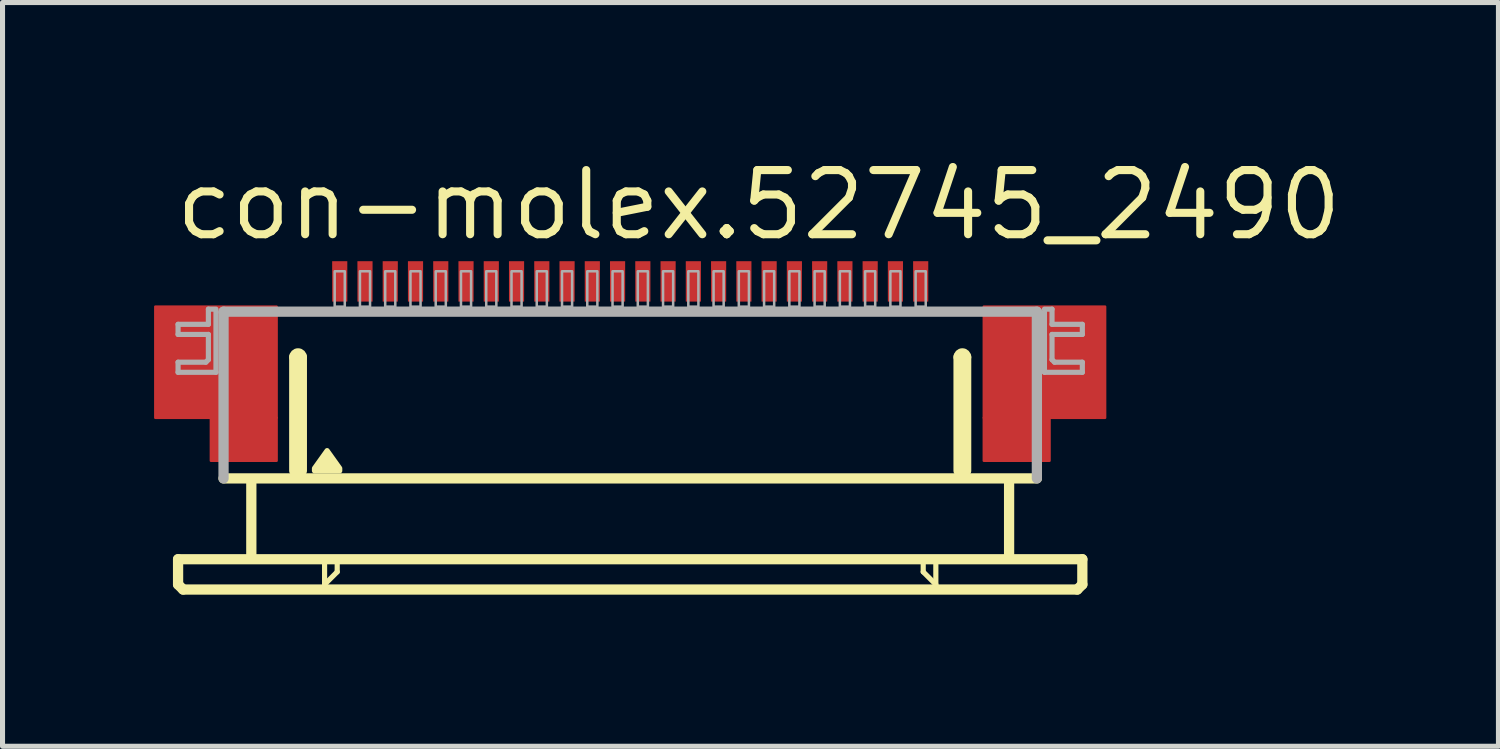
<source format=kicad_pcb>
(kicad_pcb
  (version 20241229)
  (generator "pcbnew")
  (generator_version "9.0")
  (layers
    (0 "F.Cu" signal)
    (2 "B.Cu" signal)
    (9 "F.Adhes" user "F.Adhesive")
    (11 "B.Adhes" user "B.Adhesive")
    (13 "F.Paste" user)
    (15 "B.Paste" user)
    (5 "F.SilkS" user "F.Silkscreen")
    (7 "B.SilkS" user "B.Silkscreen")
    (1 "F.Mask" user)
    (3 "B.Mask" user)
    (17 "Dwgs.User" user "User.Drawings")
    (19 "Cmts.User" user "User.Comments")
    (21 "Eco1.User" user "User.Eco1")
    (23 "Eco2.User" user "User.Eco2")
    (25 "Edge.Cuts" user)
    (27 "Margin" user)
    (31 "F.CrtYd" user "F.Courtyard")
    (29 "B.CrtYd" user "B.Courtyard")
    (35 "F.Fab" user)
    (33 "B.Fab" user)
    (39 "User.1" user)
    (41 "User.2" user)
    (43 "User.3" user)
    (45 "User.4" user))
  (footprint "con-molex.52745_2490"
    (layer "F.Cu")
    (at 9.425 5.02)
    (property "Reference" "con-molex.52745_2490" (at -9.08 -3.27 0) (layer "F.SilkS") (effects (font (size 1.27 1.27) (thickness 0.16)) (justify left bottom)))
    (attr smd)
    (fp_rect (start -9.4 0.2) (end -7 -2) (stroke (width 0.05) (type default)) (fill yes) (layer "F.Cu"))
    (fp_rect (start -8.3 1.05) (end -7 0.2) (stroke (width 0.05) (type default)) (fill yes) (layer "F.Cu"))
    (fp_rect (start 7 0.2) (end 9.4 -2) (stroke (width 0.05) (type default)) (fill yes) (layer "F.Cu"))
    (fp_rect (start 7 1.05) (end 8.3 0.2) (stroke (width 0.05) (type default)) (fill yes) (layer "F.Cu"))
    (fp_rect (start -9.4 0.2) (end -8.25 -2) (stroke (width 0.05) (type default)) (fill yes) (layer "F.Mask"))
    (fp_rect (start -8.3 1.05) (end -7 -2) (stroke (width 0.05) (type default)) (fill yes) (layer "F.Mask"))
    (fp_rect (start 7 1.05) (end 8.3 -2) (stroke (width 0.05) (type default)) (fill yes) (layer "F.Mask"))
    (fp_rect (start 8.25 0.2) (end 9.4 -2) (stroke (width 0.05) (type default)) (fill yes) (layer "F.Mask"))
    (fp_line (start -8.95 3) (end -8.95 3.5) (stroke (width 0.203) (type default)) (layer "F.SilkS"))
    (fp_line (start -8.95 3.5) (end -8.85 3.6) (stroke (width 0.203) (type default)) (layer "F.SilkS"))
    (fp_line (start -8.85 3.6) (end 8.85 3.6) (stroke (width 0.203) (type default)) (layer "F.SilkS"))
    (fp_line (start -7.5 1.5) (end -7.5 2.9) (stroke (width 0.203) (type default)) (layer "F.SilkS"))
    (fp_line (start -6.65 1.25) (end -6.65 -1) (stroke (width 0.203) (type default)) (layer "F.SilkS"))
    (fp_line (start -6.5 -1) (end -6.5 1.25) (stroke (width 0.203) (type default)) (layer "F.SilkS"))
    (fp_line (start -6.05 3.1) (end -6.05 3.5) (stroke (width 0.102) (type default)) (layer "F.SilkS"))
    (fp_line (start -6.05 3.5) (end -5.8 3.25) (stroke (width 0.102) (type default)) (layer "F.SilkS"))
    (fp_line (start -5.8 3.25) (end -5.8 3.1) (stroke (width 0.102) (type default)) (layer "F.SilkS"))
    (fp_line (start 5.8 3.1) (end 5.8 3.25) (stroke (width 0.102) (type default)) (layer "F.SilkS"))
    (fp_line (start 5.8 3.25) (end 6.05 3.5) (stroke (width 0.102) (type default)) (layer "F.SilkS"))
    (fp_line (start 6.05 3.5) (end 6.05 3.1) (stroke (width 0.102) (type default)) (layer "F.SilkS"))
    (fp_line (start 6.5 1.25) (end 6.5 -1) (stroke (width 0.203) (type default)) (layer "F.SilkS"))
    (fp_line (start 6.65 -1) (end 6.65 1.25) (stroke (width 0.203) (type default)) (layer "F.SilkS"))
    (fp_line (start 7.5 1.5) (end 7.5 2.9) (stroke (width 0.203) (type default)) (layer "F.SilkS"))
    (fp_line (start 8.05 1.4) (end -8.05 1.4) (stroke (width 0.203) (type default)) (layer "F.SilkS"))
    (fp_line (start 8.85 3.6) (end 8.95 3.5) (stroke (width 0.203) (type default)) (layer "F.SilkS"))
    (fp_line (start 8.95 3) (end -8.95 3) (stroke (width 0.203) (type default)) (layer "F.SilkS"))
    (fp_line (start 8.95 3.5) (end 8.95 3) (stroke (width 0.203) (type default)) (layer "F.SilkS"))
    (fp_arc (start -6.65 -1) (mid -6.575 -1.075) (end -6.5 -1) (stroke (width 0.2032) (type default)) (layer "F.SilkS"))
    (fp_arc (start 6.5 -1) (mid 6.575 -1.075) (end 6.65 -1) (stroke (width 0.2032) (type default)) (layer "F.SilkS"))
    (fp_poly (pts (xy -6.25 1.25) (xy -6.25 1.2) (xy -6 0.85) (xy -5.75 1.2) (xy -5.75 1.25)) (stroke (width 0.102) (type default)) (fill yes) (layer "F.SilkS"))
    (fp_rect (start -9.2 0.05) (end -7.2 -1.85) (stroke (width 0.05) (type default)) (fill yes) (layer "F.Paste"))
    (fp_rect (start 7.2 0.05) (end 9.2 -1.85) (stroke (width 0.05) (type default)) (fill yes) (layer "F.Paste"))
    (fp_line (start -8.95 -1.65) (end -8.95 -1.45) (stroke (width 0.102) (type default)) (layer "F.Fab"))
    (fp_line (start -8.95 -1.45) (end -8.35 -1.45) (stroke (width 0.102) (type default)) (layer "F.Fab"))
    (fp_line (start -8.95 -0.9) (end -8.95 -0.7) (stroke (width 0.102) (type default)) (layer "F.Fab"))
    (fp_line (start -8.95 -0.7) (end -8.2 -0.7) (stroke (width 0.102) (type default)) (layer "F.Fab"))
    (fp_line (start -8.4 -0.9) (end -8.95 -0.9) (stroke (width 0.102) (type default)) (layer "F.Fab"))
    (fp_line (start -8.35 -1.95) (end -8.35 -1.65) (stroke (width 0.102) (type default)) (layer "F.Fab"))
    (fp_line (start -8.35 -1.65) (end -8.95 -1.65) (stroke (width 0.102) (type default)) (layer "F.Fab"))
    (fp_line (start -8.35 -1.45) (end -8.35 -0.95) (stroke (width 0.102) (type default)) (layer "F.Fab"))
    (fp_line (start -8.35 -0.95) (end -8.4 -0.9) (stroke (width 0.102) (type default)) (layer "F.Fab"))
    (fp_line (start -8.2 -1.95) (end -8.35 -1.95) (stroke (width 0.102) (type default)) (layer "F.Fab"))
    (fp_line (start -8.2 -0.7) (end -8.2 -1.9) (stroke (width 0.102) (type default)) (layer "F.Fab"))
    (fp_line (start -8.05 -1.9) (end 8.05 -1.9) (stroke (width 0.203) (type default)) (layer "F.Fab"))
    (fp_line (start -8.05 1.4) (end -8.05 -1.9) (stroke (width 0.203) (type default)) (layer "F.Fab"))
    (fp_line (start 8.05 -1.9) (end 8.05 1.4) (stroke (width 0.203) (type default)) (layer "F.Fab"))
    (fp_line (start 8.2 -1.95) (end 8.35 -1.95) (stroke (width 0.102) (type default)) (layer "F.Fab"))
    (fp_line (start 8.2 -0.7) (end 8.2 -1.9) (stroke (width 0.102) (type default)) (layer "F.Fab"))
    (fp_line (start 8.35 -1.95) (end 8.35 -1.65) (stroke (width 0.102) (type default)) (layer "F.Fab"))
    (fp_line (start 8.35 -1.65) (end 8.95 -1.65) (stroke (width 0.102) (type default)) (layer "F.Fab"))
    (fp_line (start 8.35 -1.45) (end 8.35 -0.95) (stroke (width 0.102) (type default)) (layer "F.Fab"))
    (fp_line (start 8.35 -0.95) (end 8.4 -0.9) (stroke (width 0.102) (type default)) (layer "F.Fab"))
    (fp_line (start 8.4 -0.9) (end 8.95 -0.9) (stroke (width 0.102) (type default)) (layer "F.Fab"))
    (fp_line (start 8.95 -1.65) (end 8.95 -1.45) (stroke (width 0.102) (type default)) (layer "F.Fab"))
    (fp_line (start 8.95 -1.45) (end 8.35 -1.45) (stroke (width 0.102) (type default)) (layer "F.Fab"))
    (fp_line (start 8.95 -0.9) (end 8.95 -0.7) (stroke (width 0.102) (type default)) (layer "F.Fab"))
    (fp_line (start 8.95 -0.7) (end 8.2 -0.7) (stroke (width 0.102) (type default)) (layer "F.Fab"))
    (fp_rect (start -5.85 -2) (end -5.65 -2.7) (stroke (width 0.05) (type default)) (fill no) (layer "F.Fab"))
    (fp_rect (start -5.35 -2) (end -5.15 -2.7) (stroke (width 0.05) (type default)) (fill no) (layer "F.Fab"))
    (fp_rect (start -4.85 -2) (end -4.65 -2.7) (stroke (width 0.05) (type default)) (fill no) (layer "F.Fab"))
    (fp_rect (start -4.35 -2) (end -4.15 -2.7) (stroke (width 0.05) (type default)) (fill no) (layer "F.Fab"))
    (fp_rect (start -3.85 -2) (end -3.65 -2.7) (stroke (width 0.05) (type default)) (fill no) (layer "F.Fab"))
    (fp_rect (start -3.35 -2) (end -3.15 -2.7) (stroke (width 0.05) (type default)) (fill no) (layer "F.Fab"))
    (fp_rect (start -2.85 -2) (end -2.65 -2.7) (stroke (width 0.05) (type default)) (fill no) (layer "F.Fab"))
    (fp_rect (start -2.35 -2) (end -2.15 -2.7) (stroke (width 0.05) (type default)) (fill no) (layer "F.Fab"))
    (fp_rect (start -1.85 -2) (end -1.65 -2.7) (stroke (width 0.05) (type default)) (fill no) (layer "F.Fab"))
    (fp_rect (start -1.35 -2) (end -1.15 -2.7) (stroke (width 0.05) (type default)) (fill no) (layer "F.Fab"))
    (fp_rect (start -0.85 -2) (end -0.65 -2.7) (stroke (width 0.05) (type default)) (fill no) (layer "F.Fab"))
    (fp_rect (start -0.35 -2) (end -0.15 -2.7) (stroke (width 0.05) (type default)) (fill no) (layer "F.Fab"))
    (fp_rect (start 0.15 -2) (end 0.35 -2.7) (stroke (width 0.05) (type default)) (fill no) (layer "F.Fab"))
    (fp_rect (start 0.65 -2) (end 0.85 -2.7) (stroke (width 0.05) (type default)) (fill no) (layer "F.Fab"))
    (fp_rect (start 1.15 -2) (end 1.35 -2.7) (stroke (width 0.05) (type default)) (fill no) (layer "F.Fab"))
    (fp_rect (start 1.65 -2) (end 1.85 -2.7) (stroke (width 0.05) (type default)) (fill no) (layer "F.Fab"))
    (fp_rect (start 2.15 -2) (end 2.35 -2.7) (stroke (width 0.05) (type default)) (fill no) (layer "F.Fab"))
    (fp_rect (start 2.65 -2) (end 2.85 -2.7) (stroke (width 0.05) (type default)) (fill no) (layer "F.Fab"))
    (fp_rect (start 3.15 -2) (end 3.35 -2.7) (stroke (width 0.05) (type default)) (fill no) (layer "F.Fab"))
    (fp_rect (start 3.65 -2) (end 3.85 -2.7) (stroke (width 0.05) (type default)) (fill no) (layer "F.Fab"))
    (fp_rect (start 4.15 -2) (end 4.35 -2.7) (stroke (width 0.05) (type default)) (fill no) (layer "F.Fab"))
    (fp_rect (start 4.65 -2) (end 4.85 -2.7) (stroke (width 0.05) (type default)) (fill no) (layer "F.Fab"))
    (fp_rect (start 5.15 -2) (end 5.35 -2.7) (stroke (width 0.05) (type default)) (fill no) (layer "F.Fab"))
    (fp_rect (start 5.65 -2) (end 5.85 -2.7) (stroke (width 0.05) (type default)) (fill no) (layer "F.Fab"))
    (pad "1" smd roundrect (at -5.75 -2.5) (size 0.3 0.8) (layers "F.Cu" "F.Mask" "F.Paste") (roundrect_rratio 0.01))
    (pad "2" smd roundrect (at -5.25 -2.5) (size 0.3 0.8) (layers "F.Cu" "F.Mask" "F.Paste") (roundrect_rratio 0.01))
    (pad "3" smd roundrect (at -4.75 -2.5) (size 0.3 0.8) (layers "F.Cu" "F.Mask" "F.Paste") (roundrect_rratio 0.01))
    (pad "4" smd roundrect (at -4.25 -2.5) (size 0.3 0.8) (layers "F.Cu" "F.Mask" "F.Paste") (roundrect_rratio 0.01))
    (pad "5" smd roundrect (at -3.75 -2.5) (size 0.3 0.8) (layers "F.Cu" "F.Mask" "F.Paste") (roundrect_rratio 0.01))
    (pad "6" smd roundrect (at -3.25 -2.5) (size 0.3 0.8) (layers "F.Cu" "F.Mask" "F.Paste") (roundrect_rratio 0.01))
    (pad "7" smd roundrect (at -2.75 -2.5) (size 0.3 0.8) (layers "F.Cu" "F.Mask" "F.Paste") (roundrect_rratio 0.01))
    (pad "8" smd roundrect (at -2.25 -2.5) (size 0.3 0.8) (layers "F.Cu" "F.Mask" "F.Paste") (roundrect_rratio 0.01))
    (pad "9" smd roundrect (at -1.75 -2.5) (size 0.3 0.8) (layers "F.Cu" "F.Mask" "F.Paste") (roundrect_rratio 0.01))
    (pad "10" smd roundrect (at -1.25 -2.5) (size 0.3 0.8) (layers "F.Cu" "F.Mask" "F.Paste") (roundrect_rratio 0.01))
    (pad "11" smd roundrect (at -0.75 -2.5) (size 0.3 0.8) (layers "F.Cu" "F.Mask" "F.Paste") (roundrect_rratio 0.01))
    (pad "12" smd roundrect (at -0.25 -2.5) (size 0.3 0.8) (layers "F.Cu" "F.Mask" "F.Paste") (roundrect_rratio 0.01))
    (pad "13" smd roundrect (at 0.25 -2.5) (size 0.3 0.8) (layers "F.Cu" "F.Mask" "F.Paste") (roundrect_rratio 0.01))
    (pad "14" smd roundrect (at 0.75 -2.5) (size 0.3 0.8) (layers "F.Cu" "F.Mask" "F.Paste") (roundrect_rratio 0.01))
    (pad "15" smd roundrect (at 1.25 -2.5) (size 0.3 0.8) (layers "F.Cu" "F.Mask" "F.Paste") (roundrect_rratio 0.01))
    (pad "16" smd roundrect (at 1.75 -2.5) (size 0.3 0.8) (layers "F.Cu" "F.Mask" "F.Paste") (roundrect_rratio 0.01))
    (pad "17" smd roundrect (at 2.25 -2.5) (size 0.3 0.8) (layers "F.Cu" "F.Mask" "F.Paste") (roundrect_rratio 0.01))
    (pad "18" smd roundrect (at 2.75 -2.5) (size 0.3 0.8) (layers "F.Cu" "F.Mask" "F.Paste") (roundrect_rratio 0.01))
    (pad "19" smd roundrect (at 3.25 -2.5) (size 0.3 0.8) (layers "F.Cu" "F.Mask" "F.Paste") (roundrect_rratio 0.01))
    (pad "20" smd roundrect (at 3.75 -2.5) (size 0.3 0.8) (layers "F.Cu" "F.Mask" "F.Paste") (roundrect_rratio 0.01))
    (pad "21" smd roundrect (at 4.25 -2.5) (size 0.3 0.8) (layers "F.Cu" "F.Mask" "F.Paste") (roundrect_rratio 0.01))
    (pad "22" smd roundrect (at 4.75 -2.5) (size 0.3 0.8) (layers "F.Cu" "F.Mask" "F.Paste") (roundrect_rratio 0.01))
    (pad "23" smd roundrect (at 5.25 -2.5) (size 0.3 0.8) (layers "F.Cu" "F.Mask" "F.Paste") (roundrect_rratio 0.01))
    (pad "24" smd roundrect (at 5.75 -2.5) (size 0.3 0.8) (layers "F.Cu" "F.Mask" "F.Paste") (roundrect_rratio 0.01)))
  (gr_rect
    (start -3 -3)
    (end 26.612 11.722)
    (stroke (width 0.1) (type default))
    (fill no)
    (layer "Edge.Cuts")))
</source>
